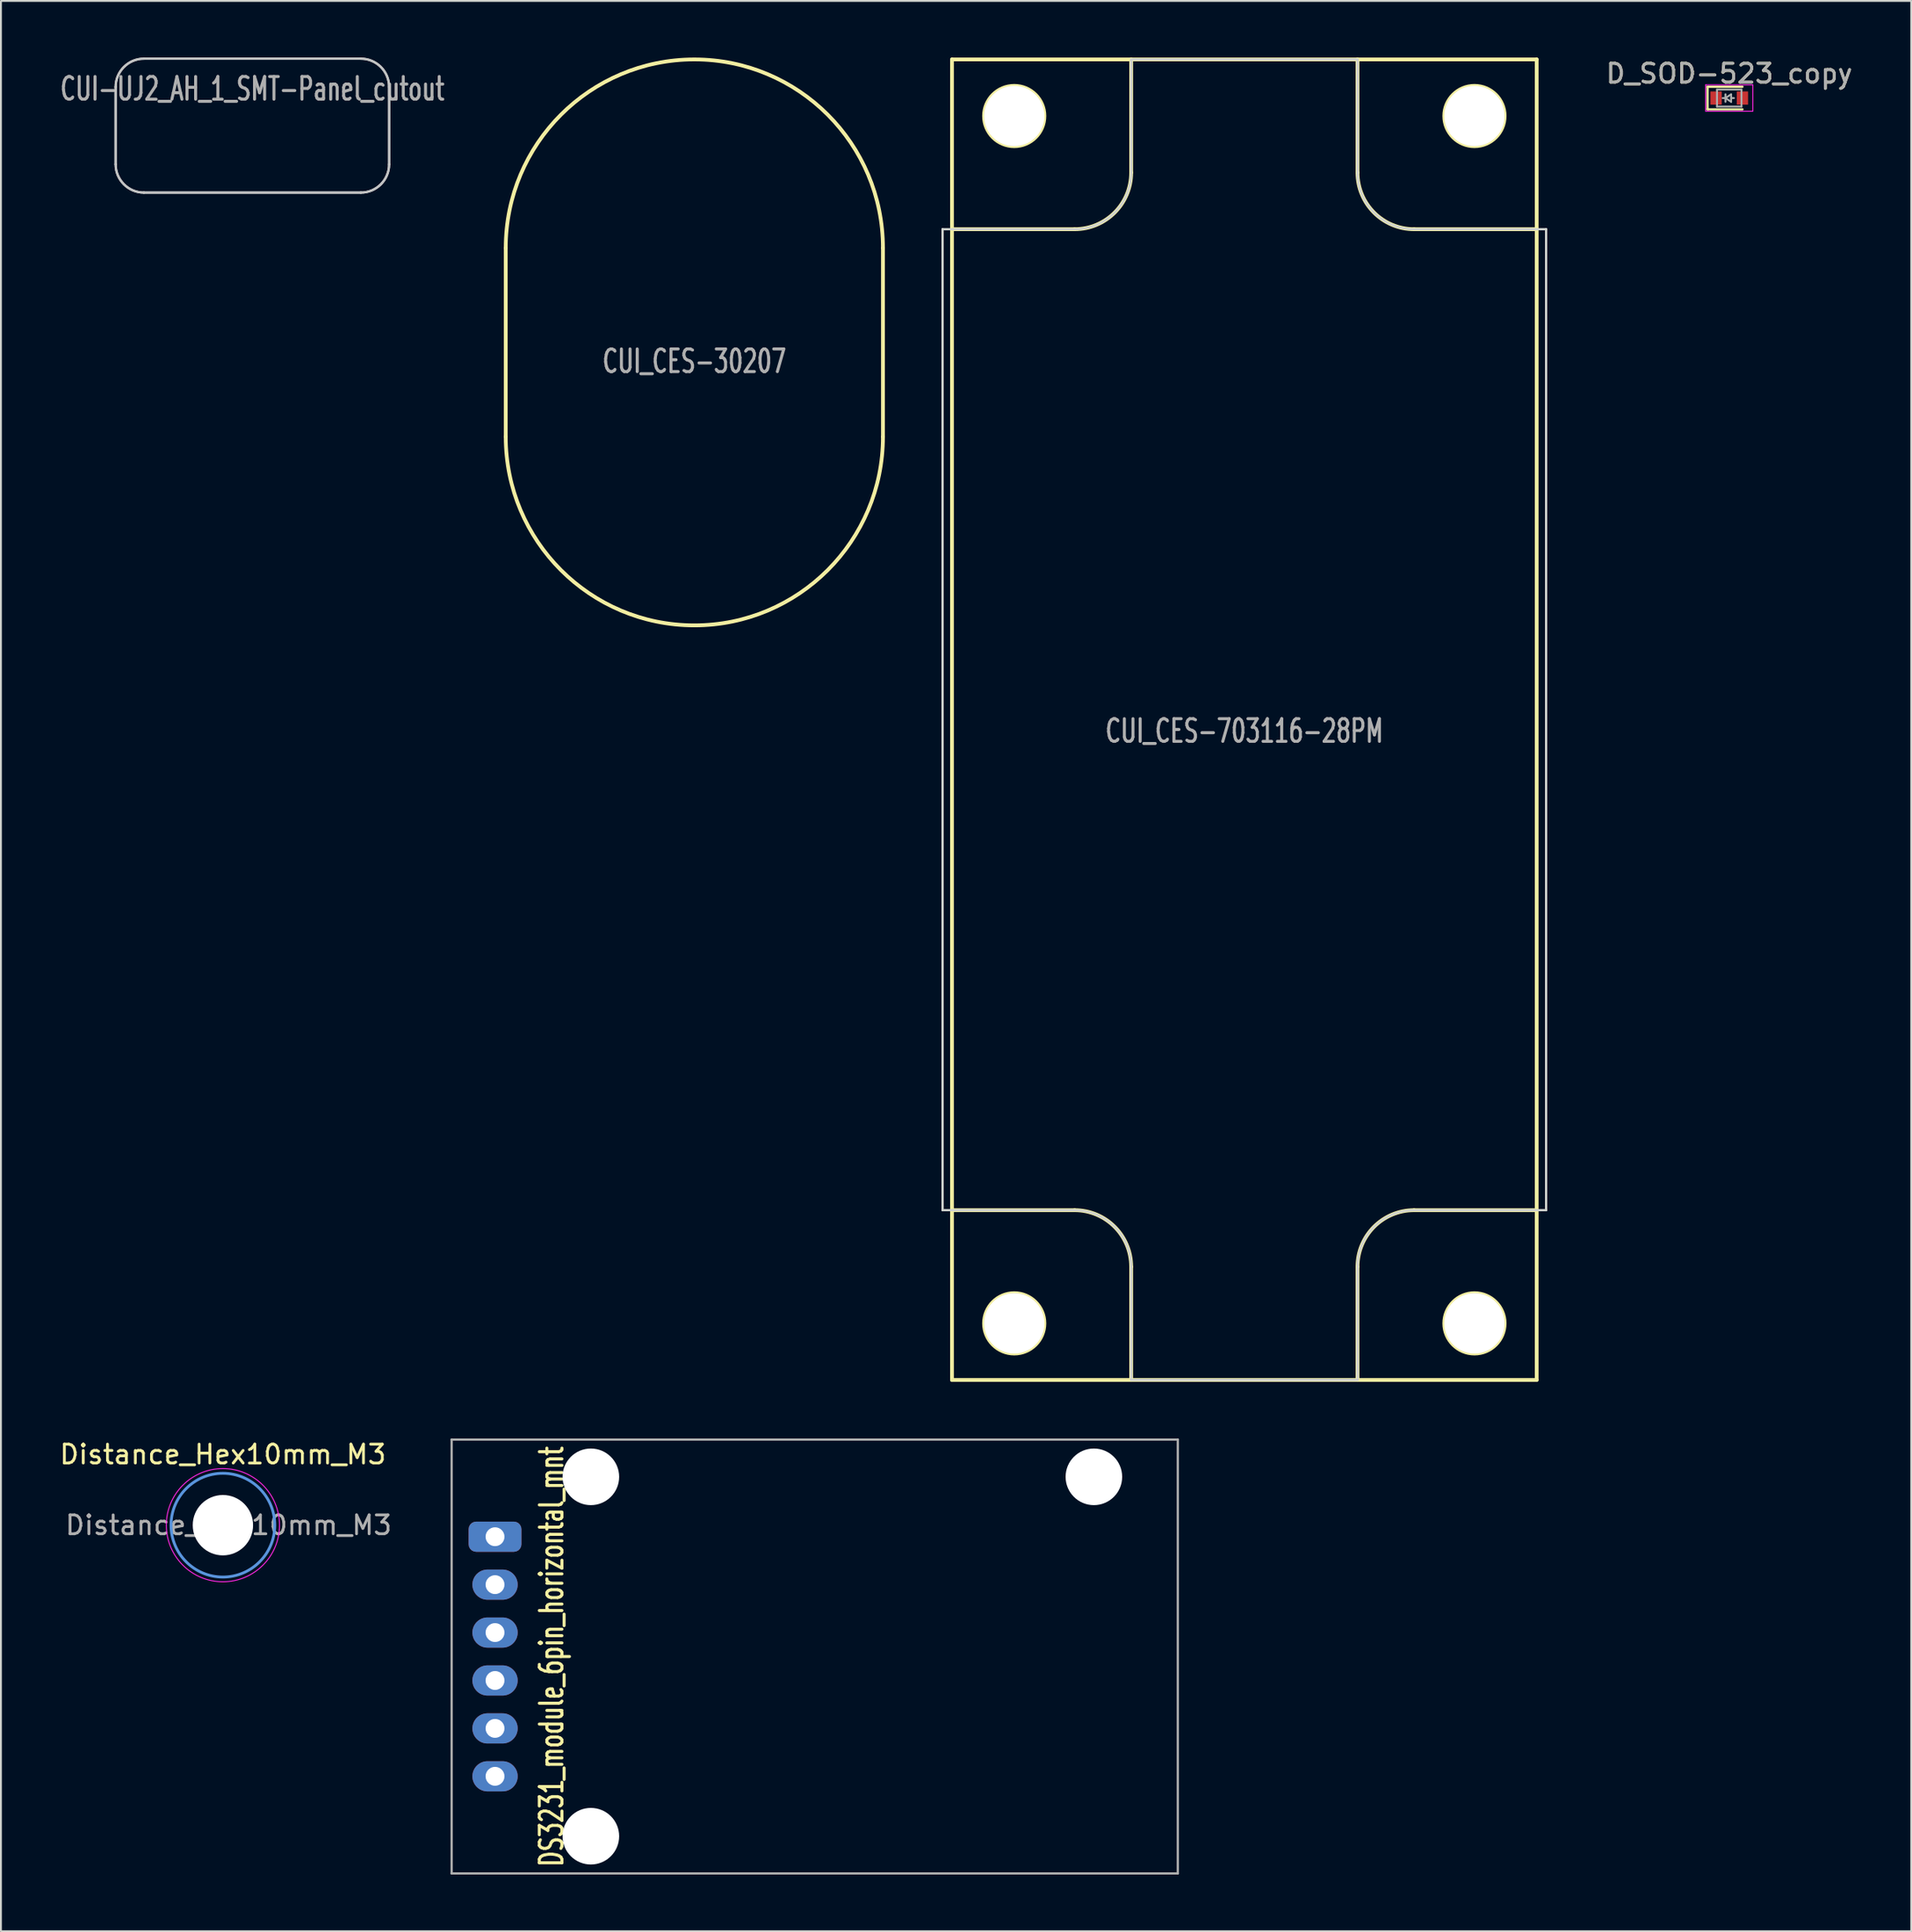
<source format=kicad_pcb>
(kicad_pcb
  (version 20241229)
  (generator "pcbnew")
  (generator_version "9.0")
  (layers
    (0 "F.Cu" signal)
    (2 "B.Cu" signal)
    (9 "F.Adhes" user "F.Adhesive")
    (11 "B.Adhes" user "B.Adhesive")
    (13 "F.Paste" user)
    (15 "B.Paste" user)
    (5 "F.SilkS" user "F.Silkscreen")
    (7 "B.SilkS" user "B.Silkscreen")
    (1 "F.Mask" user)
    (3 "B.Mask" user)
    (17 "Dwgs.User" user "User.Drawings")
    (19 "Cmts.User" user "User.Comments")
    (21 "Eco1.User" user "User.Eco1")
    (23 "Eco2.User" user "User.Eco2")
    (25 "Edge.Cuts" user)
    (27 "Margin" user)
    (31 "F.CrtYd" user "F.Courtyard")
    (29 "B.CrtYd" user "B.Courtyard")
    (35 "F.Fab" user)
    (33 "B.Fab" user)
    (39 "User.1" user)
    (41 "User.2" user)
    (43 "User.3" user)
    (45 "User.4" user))
  (footprint "DS3231_module_6pin_horizontal_mnt"
    (layer "F.Cu")
    (at 23.196 84.76)
    (property "Reference" "DS3231_module_6pin_horizontal_mnt" (at 3 0 90) (layer "F.SilkS") (effects (font (size 1.2 0.8) (thickness 0.16))))
    (attr through_hole)
    (fp_line (start -2.3 -11.5) (end 36.2 -11.5) (stroke (width 0.12) (type solid)) (layer "F.Fab"))
    (fp_line (start -2.3 11.5) (end -2.3 -11.5) (stroke (width 0.12) (type solid)) (layer "F.Fab"))
    (fp_line (start 36.2 -11.5) (end 36.2 11.5) (stroke (width 0.12) (type solid)) (layer "F.Fab"))
    (fp_line (start 36.2 11.5) (end -2.3 11.5) (stroke (width 0.12) (type solid)) (layer "F.Fab"))
    (pad "" np_thru_hole circle (at 5.08 -9.525) (size 3 3) (drill 3) (layers "*.Cu" "*.Mask"))
    (pad "" np_thru_hole circle (at 5.08 9.525) (size 3 3) (drill 3) (layers "*.Cu" "*.Mask"))
    (pad "" np_thru_hole circle (at 31.75 -9.525) (size 3 3) (drill 3) (layers "*.Cu" "*.Mask"))
    (pad "1" thru_hole roundrect (at 0 -6.35) (size 2.8 1.6) (drill 1) (layers "*.Cu" "*.Mask") (roundrect_rratio 0.25))
    (pad "2" thru_hole oval (at 0 -3.81) (size 2.4 1.6) (drill 1) (layers "*.Cu" "*.Mask"))
    (pad "3" thru_hole oval (at 0 -1.27) (size 2.4 1.6) (drill 1) (layers "*.Cu" "*.Mask"))
    (pad "4" thru_hole oval (at 0 1.27) (size 2.4 1.6) (drill 1) (layers "*.Cu" "*.Mask"))
    (pad "5" thru_hole oval (at 0 3.81) (size 2.4 1.6) (drill 1) (layers "*.Cu" "*.Mask"))
    (pad "6" thru_hole oval (at 0 6.35) (size 2.4 1.6) (drill 1) (layers "*.Cu" "*.Mask")))
  (footprint "D_SOD-523_copy"
    (layer "F.Cu")
    (at 88.632 2.148)
    (property "Reference" "D_SOD-523_copy" (at 0 -1.3 0) (layer "F.SilkS") (effects (font (size 1 1) (thickness 0.15))))
    (attr smd)
    (fp_line (start -1.15 -0.6) (end -1.15 0.6) (stroke (width 0.12) (type solid)) (layer "F.SilkS"))
    (fp_line (start 0.7 -0.6) (end -1.15 -0.6) (stroke (width 0.12) (type solid)) (layer "F.SilkS"))
    (fp_line (start 0.7 0.6) (end -1.15 0.6) (stroke (width 0.12) (type solid)) (layer "F.SilkS"))
    (fp_line (start -1.25 -0.7) (end 1.25 -0.7) (stroke (width 0.05) (type solid)) (layer "F.CrtYd"))
    (fp_line (start -1.25 0.7) (end -1.25 -0.7) (stroke (width 0.05) (type solid)) (layer "F.CrtYd"))
    (fp_line (start 1.25 -0.7) (end 1.25 0.7) (stroke (width 0.05) (type solid)) (layer "F.CrtYd"))
    (fp_line (start 1.25 0.7) (end -1.25 0.7) (stroke (width 0.05) (type solid)) (layer "F.CrtYd"))
    (fp_line (start -0.65 -0.45) (end 0.65 -0.45) (stroke (width 0.1) (type solid)) (layer "F.Fab"))
    (fp_line (start -0.65 0.45) (end -0.65 -0.45) (stroke (width 0.1) (type solid)) (layer "F.Fab"))
    (fp_line (start -0.2 0) (end -0.35 0) (stroke (width 0.1) (type solid)) (layer "F.Fab"))
    (fp_line (start -0.2 0) (end 0.1 0.2) (stroke (width 0.1) (type solid)) (layer "F.Fab"))
    (fp_line (start -0.2 0.2) (end -0.2 -0.2) (stroke (width 0.1) (type solid)) (layer "F.Fab"))
    (fp_line (start 0.1 -0.2) (end -0.2 0) (stroke (width 0.1) (type solid)) (layer "F.Fab"))
    (fp_line (start 0.1 0) (end 0.25 0) (stroke (width 0.1) (type solid)) (layer "F.Fab"))
    (fp_line (start 0.1 0.2) (end 0.1 -0.2) (stroke (width 0.1) (type solid)) (layer "F.Fab"))
    (fp_line (start 0.65 -0.45) (end 0.65 0.45) (stroke (width 0.1) (type solid)) (layer "F.Fab"))
    (fp_line (start 0.65 0.45) (end -0.65 0.45) (stroke (width 0.1) (type solid)) (layer "F.Fab"))
    (fp_text user "${REFERENCE}" (at 0 -1.3 0) (layer "F.Fab") (effects (font (size 1 1) (thickness 0.15))))
    (pad "1" smd rect (at -0.7 0 180) (size 0.6 0.7) (layers "F.Cu" "F.Mask" "F.Paste"))
    (pad "2" smd rect (at 0.7 0 180) (size 0.6 0.7) (layers "F.Cu" "F.Mask" "F.Paste")))
  (footprint "CUI_CES-30207"
    (layer "F.Cu")
    (at 33.763 15.1)
    (property "Reference" "CUI_CES-30207" (at 0 1 0) (layer "F.Fab") (effects (font (size 1.2 0.8) (thickness 0.16))))
    (attr through_hole)
    (fp_line (start -10 -5) (end -10 5) (stroke (width 0.2) (type solid)) (layer "F.SilkS"))
    (fp_line (start 10 5) (end 10 -5) (stroke (width 0.2) (type solid)) (layer "F.SilkS"))
    (fp_arc (start -10 -5) (mid 0 -15) (end 10 -5) (stroke (width 0.2) (type solid)) (layer "F.SilkS"))
    (fp_arc (start 10 5) (mid 0 15) (end -10 5) (stroke (width 0.2) (type solid)) (layer "F.SilkS")))
  (footprint "CUI-UJ2_AH_1_SMT-Panel_cutout"
    (layer "F.Cu")
    (at 10.331 7.66)
    (property "Reference" "CUI-UJ2_AH_1_SMT-Panel_cutout" (at 0 -6 0) (layer "F.Fab") (effects (font (size 1.2 0.8) (thickness 0.16))))
    (attr through_hole)
    (fp_line (start -7.25 -6.1) (end -7.25 -2) (stroke (width 0.12) (type solid)) (layer "Dwgs.User"))
    (fp_line (start -5.75 -0.5) (end 5.75 -0.5) (stroke (width 0.12) (type solid)) (layer "Dwgs.User"))
    (fp_line (start 5.75 -7.6) (end -5.75 -7.6) (stroke (width 0.12) (type solid)) (layer "Dwgs.User"))
    (fp_line (start 7.25 -2) (end 7.25 -6.1) (stroke (width 0.12) (type solid)) (layer "Dwgs.User"))
    (fp_arc (start -7.25 -6.1) (mid -6.81066 -7.16066) (end -5.75 -7.6) (stroke (width 0.12) (type solid)) (layer "Dwgs.User"))
    (fp_arc (start -5.75 -0.5) (mid -6.81066 -0.93934) (end -7.25 -2) (stroke (width 0.12) (type solid)) (layer "Dwgs.User"))
    (fp_arc (start 5.75 -7.6) (mid 6.81066 -7.16066) (end 7.25 -6.1) (stroke (width 0.12) (type solid)) (layer "Dwgs.User"))
    (fp_arc (start 7.25 -2) (mid 6.81066 -0.93934) (end 5.75 -0.5) (stroke (width 0.12) (type solid)) (layer "Dwgs.User"))
    (fp_line (start -7.25 -6.1) (end -7.25 -2) (stroke (width 0.12) (type solid)) (layer "Edge.Cuts"))
    (fp_line (start -5.75 -0.5) (end 5.75 -0.5) (stroke (width 0.12) (type solid)) (layer "Edge.Cuts"))
    (fp_line (start 5.75 -7.6) (end -5.75 -7.6) (stroke (width 0.12) (type solid)) (layer "Edge.Cuts"))
    (fp_line (start 7.25 -2) (end 7.25 -6.1) (stroke (width 0.12) (type solid)) (layer "Edge.Cuts"))
    (fp_arc (start -7.25 -6.1) (mid -6.81066 -7.16066) (end -5.75 -7.6) (stroke (width 0.12) (type solid)) (layer "Edge.Cuts"))
    (fp_arc (start -5.75 -0.5) (mid -6.81066 -0.93934) (end -7.25 -2) (stroke (width 0.12) (type solid)) (layer "Edge.Cuts"))
    (fp_arc (start 5.75 -7.6) (mid 6.81066 -7.16066) (end 7.25 -6.1) (stroke (width 0.12) (type solid)) (layer "Edge.Cuts"))
    (fp_arc (start 7.25 -2) (mid 6.81066 -0.93934) (end 5.75 -0.5) (stroke (width 0.12) (type solid)) (layer "Edge.Cuts")))
  (footprint "Distance_Hex10mm_M3"
    (layer "F.Cu")
    (at 8.768 77.798)
    (property "Reference" "Distance_Hex10mm_M3" (at 0 -3.75 0) (layer "F.SilkS") (effects (font (size 1 1) (thickness 0.15))))
    (attr exclude_from_pos_files exclude_from_bom)
    (fp_circle (center 0 0) (end 2.75 0) (stroke (width 0.15) (type solid)) (fill no) (layer "Cmts.User"))
    (fp_circle (center 0 0) (end 3 0) (stroke (width 0.05) (type solid)) (fill no) (layer "F.CrtYd"))
    (fp_text user "${REFERENCE}" (at 0.3 0 0) (layer "F.Fab") (effects (font (size 1 1) (thickness 0.15))))
    (pad "" np_thru_hole circle (at 0 0) (size 3.2 3.2) (drill 3.2) (layers "*.Cu" "*.Mask")))
  (footprint "CUI_CES-703116-28PM"
    (layer "F.Cu")
    (at 62.923 35.1)
    (property "Reference" "CUI_CES-703116-28PM" (at 0 0.6 0) (layer "F.Fab") (effects (font (size 1.2 0.8) (thickness 0.16))))
    (attr through_hole)
    (fp_line (start -15.5 -35) (end 15.5 -35) (stroke (width 0.2) (type solid)) (layer "F.SilkS"))
    (fp_line (start -15.5 -26) (end -9 -26) (stroke (width 0.2) (type solid)) (layer "F.SilkS"))
    (fp_line (start -15.5 26) (end -9 26) (stroke (width 0.2) (type solid)) (layer "F.SilkS"))
    (fp_line (start -15.5 35) (end -15.5 -35) (stroke (width 0.2) (type solid)) (layer "F.SilkS"))
    (fp_line (start -6 -35) (end -6 -29) (stroke (width 0.2) (type solid)) (layer "F.SilkS"))
    (fp_line (start -6 29) (end -6 35) (stroke (width 0.2) (type solid)) (layer "F.SilkS"))
    (fp_line (start 6 -35) (end 6 -29) (stroke (width 0.2) (type solid)) (layer "F.SilkS"))
    (fp_line (start 6 29) (end 6 35) (stroke (width 0.2) (type solid)) (layer "F.SilkS"))
    (fp_line (start 9 26) (end 15.5 26) (stroke (width 0.2) (type solid)) (layer "F.SilkS"))
    (fp_line (start 15.5 -35) (end 15.5 35) (stroke (width 0.2) (type solid)) (layer "F.SilkS"))
    (fp_line (start 15.5 -26) (end 9 -26) (stroke (width 0.2) (type solid)) (layer "F.SilkS"))
    (fp_line (start 15.5 35) (end -15.5 35) (stroke (width 0.2) (type solid)) (layer "F.SilkS"))
    (fp_arc (start -9 26) (mid -6.87868 26.87868) (end -6 29) (stroke (width 0.2) (type solid)) (layer "F.SilkS"))
    (fp_arc (start -6 -29) (mid -6.87868 -26.87868) (end -9 -26) (stroke (width 0.2) (type solid)) (layer "F.SilkS"))
    (fp_arc (start 6 29) (mid 6.87868 26.87868) (end 9 26) (stroke (width 0.2) (type solid)) (layer "F.SilkS"))
    (fp_arc (start 9 -26) (mid 6.87868 -26.87868) (end 6 -29) (stroke (width 0.2) (type solid)) (layer "F.SilkS"))
    (fp_circle (center -12.2 -32) (end -10.6 -32) (stroke (width 0.2) (type solid)) (fill no) (layer "F.SilkS"))
    (fp_circle (center -12.2 32) (end -10.6 32) (stroke (width 0.2) (type solid)) (fill no) (layer "F.SilkS"))
    (fp_circle (center 12.2 -32) (end 13.8 -32) (stroke (width 0.2) (type solid)) (fill no) (layer "F.SilkS"))
    (fp_circle (center 12.2 32) (end 13.8 32) (stroke (width 0.2) (type solid)) (fill no) (layer "F.SilkS"))
    (fp_line (start -16 -26) (end -16 26) (stroke (width 0.12) (type solid)) (layer "Edge.Cuts"))
    (fp_line (start -16 -26) (end -9 -26) (stroke (width 0.12) (type solid)) (layer "Edge.Cuts"))
    (fp_line (start -16 26) (end -9 26) (stroke (width 0.12) (type solid)) (layer "Edge.Cuts"))
    (fp_line (start -6 -35) (end -6 -29) (stroke (width 0.12) (type solid)) (layer "Edge.Cuts"))
    (fp_line (start -6 -35) (end 6 -35) (stroke (width 0.12) (type solid)) (layer "Edge.Cuts"))
    (fp_line (start -6 29) (end -6 35) (stroke (width 0.12) (type solid)) (layer "Edge.Cuts"))
    (fp_line (start -6 35) (end 6 35) (stroke (width 0.12) (type solid)) (layer "Edge.Cuts"))
    (fp_line (start 6 -35) (end 6 -29) (stroke (width 0.12) (type solid)) (layer "Edge.Cuts"))
    (fp_line (start 6 29) (end 6 35) (stroke (width 0.12) (type solid)) (layer "Edge.Cuts"))
    (fp_line (start 9 26) (end 16 26) (stroke (width 0.12) (type solid)) (layer "Edge.Cuts"))
    (fp_line (start 16 -26) (end 9 -26) (stroke (width 0.12) (type solid)) (layer "Edge.Cuts"))
    (fp_line (start 16 26) (end 16 -26) (stroke (width 0.12) (type solid)) (layer "Edge.Cuts"))
    (fp_arc (start -9 26) (mid -6.87868 26.87868) (end -6 29) (stroke (width 0.12) (type solid)) (layer "Edge.Cuts"))
    (fp_arc (start -6 -29) (mid -6.87868 -26.87868) (end -9 -26) (stroke (width 0.12) (type solid)) (layer "Edge.Cuts"))
    (fp_arc (start 6 29) (mid 6.87868 26.87868) (end 9 26) (stroke (width 0.12) (type solid)) (layer "Edge.Cuts"))
    (fp_arc (start 9 -26) (mid 6.87868 -26.87868) (end 6 -29) (stroke (width 0.12) (type solid)) (layer "Edge.Cuts"))
    (pad "" np_thru_hole circle (at -12.2 -32) (size 3.2 3.2) (drill 3.2) (layers "*.Cu" "*.Mask"))
    (pad "" np_thru_hole circle (at -12.2 32) (size 3.2 3.2) (drill 3.2) (layers "*.Cu" "*.Mask"))
    (pad "" np_thru_hole circle (at 12.2 -32) (size 3.2 3.2) (drill 3.2) (layers "*.Cu" "*.Mask"))
    (pad "" np_thru_hole circle (at 12.2 32) (size 3.2 3.2) (drill 3.2) (layers "*.Cu" "*.Mask")))
  (gr_rect
    (start -3 -3)
    (end 98.28 99.32)
    (stroke (width 0.1) (type default))
    (fill no)
    (layer "Edge.Cuts")))
</source>
